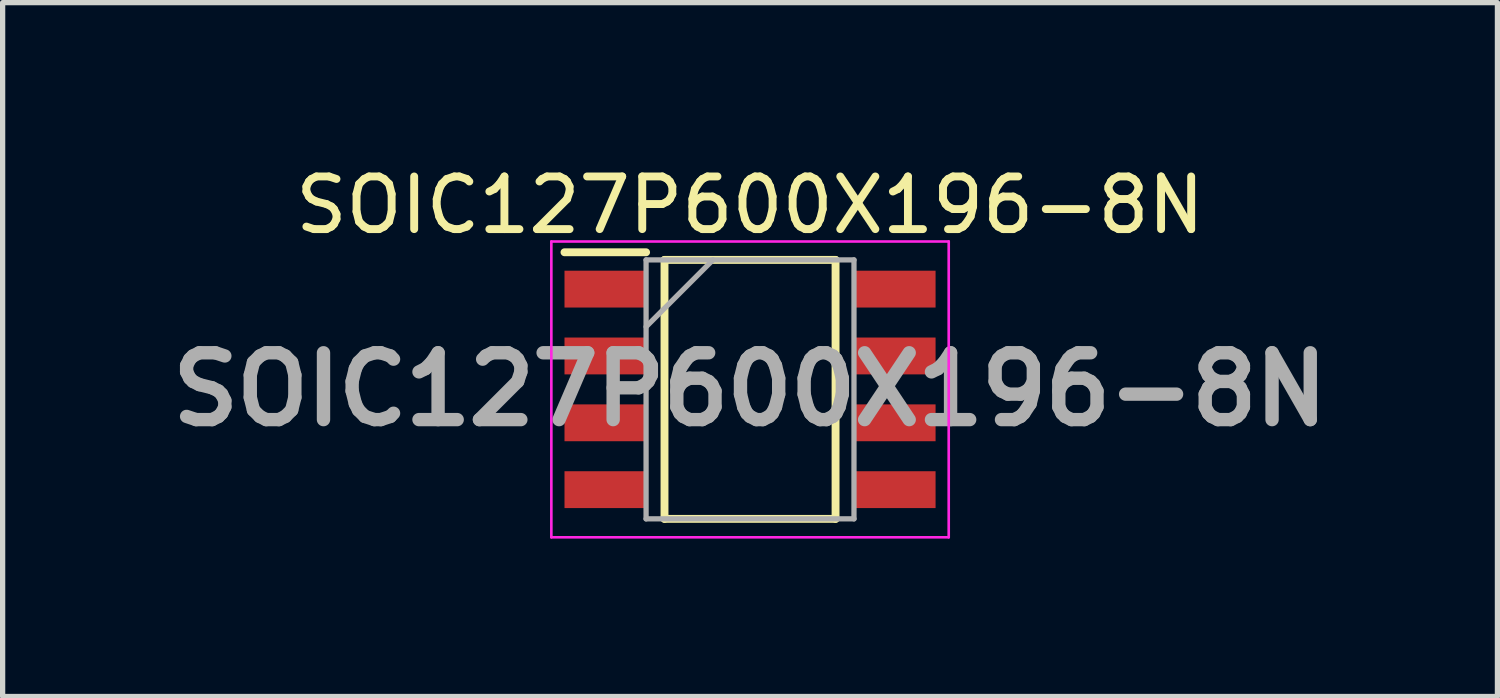
<source format=kicad_pcb>
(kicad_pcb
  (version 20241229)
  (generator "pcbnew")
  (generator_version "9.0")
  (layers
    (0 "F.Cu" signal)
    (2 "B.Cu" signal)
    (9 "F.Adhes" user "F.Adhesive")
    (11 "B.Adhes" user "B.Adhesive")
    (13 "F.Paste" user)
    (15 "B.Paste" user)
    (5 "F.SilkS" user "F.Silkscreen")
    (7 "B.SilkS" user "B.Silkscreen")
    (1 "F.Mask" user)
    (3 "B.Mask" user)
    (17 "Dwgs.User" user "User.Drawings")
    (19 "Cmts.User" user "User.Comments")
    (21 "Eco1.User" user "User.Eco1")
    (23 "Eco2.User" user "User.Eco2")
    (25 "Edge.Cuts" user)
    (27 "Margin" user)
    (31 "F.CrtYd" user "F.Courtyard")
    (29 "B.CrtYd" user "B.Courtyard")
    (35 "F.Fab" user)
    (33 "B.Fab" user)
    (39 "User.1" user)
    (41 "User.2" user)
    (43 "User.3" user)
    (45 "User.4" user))
  (footprint "SOIC127P600X196-8N"
    (layer "F.Cu")
    (at 11.2 4.348)
    (property "Reference" "SOIC127P600X196-8N" (at 0 -3.5 0) (layer "F.SilkS") (effects (font (size 1 1) (thickness 0.15))))
    (attr smd)
    (fp_line (start -3.525 -2.605) (end -1.975 -2.605) (stroke (width 0.15) (type solid)) (layer "F.SilkS"))
    (fp_line (start -1.625 -2.46) (end 1.625 -2.46) (stroke (width 0.15) (type solid)) (layer "F.SilkS"))
    (fp_line (start -1.625 2.46) (end -1.625 -2.46) (stroke (width 0.15) (type solid)) (layer "F.SilkS"))
    (fp_line (start 1.625 -2.46) (end 1.625 2.46) (stroke (width 0.15) (type solid)) (layer "F.SilkS"))
    (fp_line (start 1.625 2.46) (end -1.625 2.46) (stroke (width 0.15) (type solid)) (layer "F.SilkS"))
    (fp_line (start -3.775 -2.81) (end 3.775 -2.81) (stroke (width 0.05) (type solid)) (layer "F.CrtYd"))
    (fp_line (start -3.775 2.81) (end -3.775 -2.81) (stroke (width 0.05) (type solid)) (layer "F.CrtYd"))
    (fp_line (start 3.775 -2.81) (end 3.775 2.81) (stroke (width 0.05) (type solid)) (layer "F.CrtYd"))
    (fp_line (start 3.775 2.81) (end -3.775 2.81) (stroke (width 0.05) (type solid)) (layer "F.CrtYd"))
    (fp_line (start -1.975 -2.46) (end 1.975 -2.46) (stroke (width 0.1) (type solid)) (layer "F.Fab"))
    (fp_line (start -1.975 -1.19) (end -0.705 -2.46) (stroke (width 0.1) (type solid)) (layer "F.Fab"))
    (fp_line (start -1.975 2.46) (end -1.975 -2.46) (stroke (width 0.1) (type solid)) (layer "F.Fab"))
    (fp_line (start 1.975 -2.46) (end 1.975 2.46) (stroke (width 0.1) (type solid)) (layer "F.Fab"))
    (fp_line (start 1.975 2.46) (end -1.975 2.46) (stroke (width 0.1) (type solid)) (layer "F.Fab"))
    (fp_text user "${REFERENCE}" (at 0 0 0) (layer "F.Fab") (effects (font (size 1.27 1.27) (thickness 0.254))))
    (pad "1" smd rect (at -2.75 -1.905 90) (size 0.7 1.55) (layers "F.Cu" "F.Mask" "F.Paste"))
    (pad "2" smd rect (at -2.75 -0.635 90) (size 0.7 1.55) (layers "F.Cu" "F.Mask" "F.Paste"))
    (pad "3" smd rect (at -2.75 0.635 90) (size 0.7 1.55) (layers "F.Cu" "F.Mask" "F.Paste"))
    (pad "4" smd rect (at -2.75 1.905 90) (size 0.7 1.55) (layers "F.Cu" "F.Mask" "F.Paste"))
    (pad "5" smd rect (at 2.75 1.905 90) (size 0.7 1.55) (layers "F.Cu" "F.Mask" "F.Paste"))
    (pad "6" smd rect (at 2.75 0.635 90) (size 0.7 1.55) (layers "F.Cu" "F.Mask" "F.Paste"))
    (pad "7" smd rect (at 2.75 -0.635 90) (size 0.7 1.55) (layers "F.Cu" "F.Mask" "F.Paste"))
    (pad "8" smd rect (at 2.75 -1.905 90) (size 0.7 1.55) (layers "F.Cu" "F.Mask" "F.Paste")))
  (gr_rect
    (start -3 -3)
    (end 25.4 10.183)
    (stroke (width 0.1) (type default))
    (fill no)
    (layer "Edge.Cuts")))
</source>
